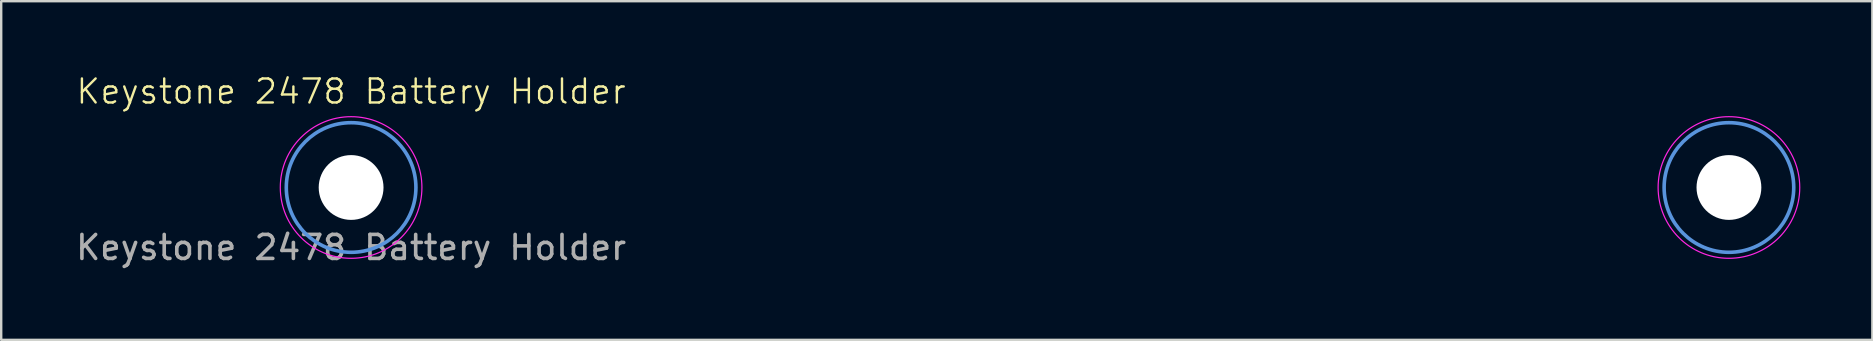
<source format=kicad_pcb>
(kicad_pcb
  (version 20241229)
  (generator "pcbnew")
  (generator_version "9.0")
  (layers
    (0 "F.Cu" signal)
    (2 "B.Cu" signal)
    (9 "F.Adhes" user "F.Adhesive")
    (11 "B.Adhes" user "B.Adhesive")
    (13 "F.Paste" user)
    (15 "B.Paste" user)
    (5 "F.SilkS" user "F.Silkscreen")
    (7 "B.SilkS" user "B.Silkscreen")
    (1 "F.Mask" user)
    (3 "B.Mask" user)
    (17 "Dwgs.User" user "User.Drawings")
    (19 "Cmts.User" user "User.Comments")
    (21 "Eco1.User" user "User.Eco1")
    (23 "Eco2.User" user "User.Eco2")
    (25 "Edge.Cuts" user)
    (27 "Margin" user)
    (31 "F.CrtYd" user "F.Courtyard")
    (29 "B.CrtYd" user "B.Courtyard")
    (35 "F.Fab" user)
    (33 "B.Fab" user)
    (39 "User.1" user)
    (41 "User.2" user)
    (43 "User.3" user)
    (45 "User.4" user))
  (footprint "Keystone 2478 Battery Holder"
    (layer "F.Cu")
    (at 11.577 4.761)
    (property "Reference" "Keystone 2478 Battery Holder" (at 0 -4 0) (unlocked yes) (layer "F.SilkS") (effects (font (size 1 1) (thickness 0.1))))
    (attr through_hole)
    (fp_circle (center 0 0) (end 2.7 0) (stroke (width 0.15) (type solid)) (fill no) (layer "Cmts.User"))
    (fp_circle (center 57.4 0) (end 60.1 0) (stroke (width 0.15) (type solid)) (fill no) (layer "Cmts.User"))
    (fp_circle (center 0 0) (end 2.95 0) (stroke (width 0.05) (type solid)) (fill no) (layer "F.CrtYd"))
    (fp_circle (center 57.4 0) (end 60.35 0) (stroke (width 0.05) (type solid)) (fill no) (layer "F.CrtYd"))
    (fp_text user "${REFERENCE}" (at 0 2.5 0) (unlocked yes) (layer "F.Fab") (effects (font (size 1 1) (thickness 0.15))))
    (pad "" np_thru_hole circle (at 0 0) (size 2.7 2.7) (drill 2.7) (layers "*.Cu" "*.Mask"))
    (pad "" np_thru_hole circle (at 57.4 0) (size 2.7 2.7) (drill 2.7) (layers "*.Cu" "*.Mask")))
  (gr_rect
    (start -3 -3)
    (end 74.952 11.109)
    (stroke (width 0.1) (type default))
    (fill no)
    (layer "Edge.Cuts")))
</source>
